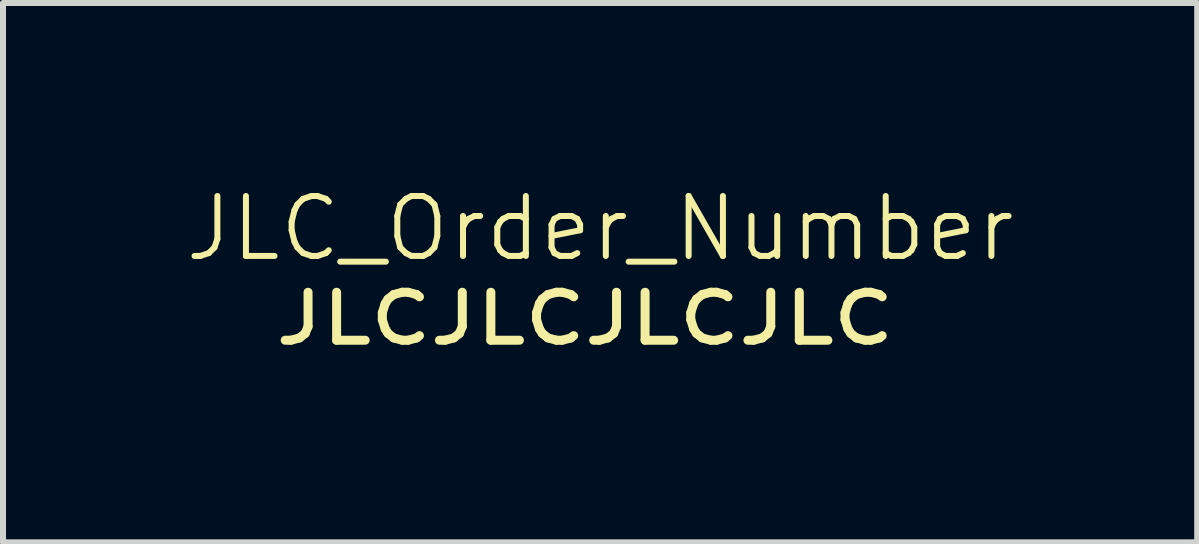
<source format=kicad_pcb>
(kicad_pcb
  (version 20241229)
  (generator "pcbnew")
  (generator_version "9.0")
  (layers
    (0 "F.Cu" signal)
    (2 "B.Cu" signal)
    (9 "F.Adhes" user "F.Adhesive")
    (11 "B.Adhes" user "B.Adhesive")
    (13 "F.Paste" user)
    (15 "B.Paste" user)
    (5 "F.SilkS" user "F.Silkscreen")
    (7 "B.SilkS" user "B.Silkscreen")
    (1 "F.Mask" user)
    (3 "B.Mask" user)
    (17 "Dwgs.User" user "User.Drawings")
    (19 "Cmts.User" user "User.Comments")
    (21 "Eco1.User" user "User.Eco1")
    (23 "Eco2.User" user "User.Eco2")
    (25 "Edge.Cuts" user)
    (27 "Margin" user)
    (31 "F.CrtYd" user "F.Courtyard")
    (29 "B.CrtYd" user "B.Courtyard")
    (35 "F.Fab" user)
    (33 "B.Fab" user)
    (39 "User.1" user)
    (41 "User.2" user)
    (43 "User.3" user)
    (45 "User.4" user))
  (footprint "JLC_Order_Number"
    (layer "F.Cu")
    (at 6.705 2.26)
    (property "Reference" "JLC_Order_Number" (at 0.25 -1.5 0) (unlocked yes) (layer "F.SilkS") (effects (font (size 1 1) (thickness 0.1))))
    (attr smd)
    (fp_text user "JLCJLCJLCJLC" (at 0 0 0) (unlocked yes) (layer "F.SilkS") (effects (font (size 0.8 1) (thickness 0.15)))))
  (gr_rect
    (start -3 -3)
    (end 16.91 5.992)
    (stroke (width 0.1) (type default))
    (fill no)
    (layer "Edge.Cuts")))
</source>
